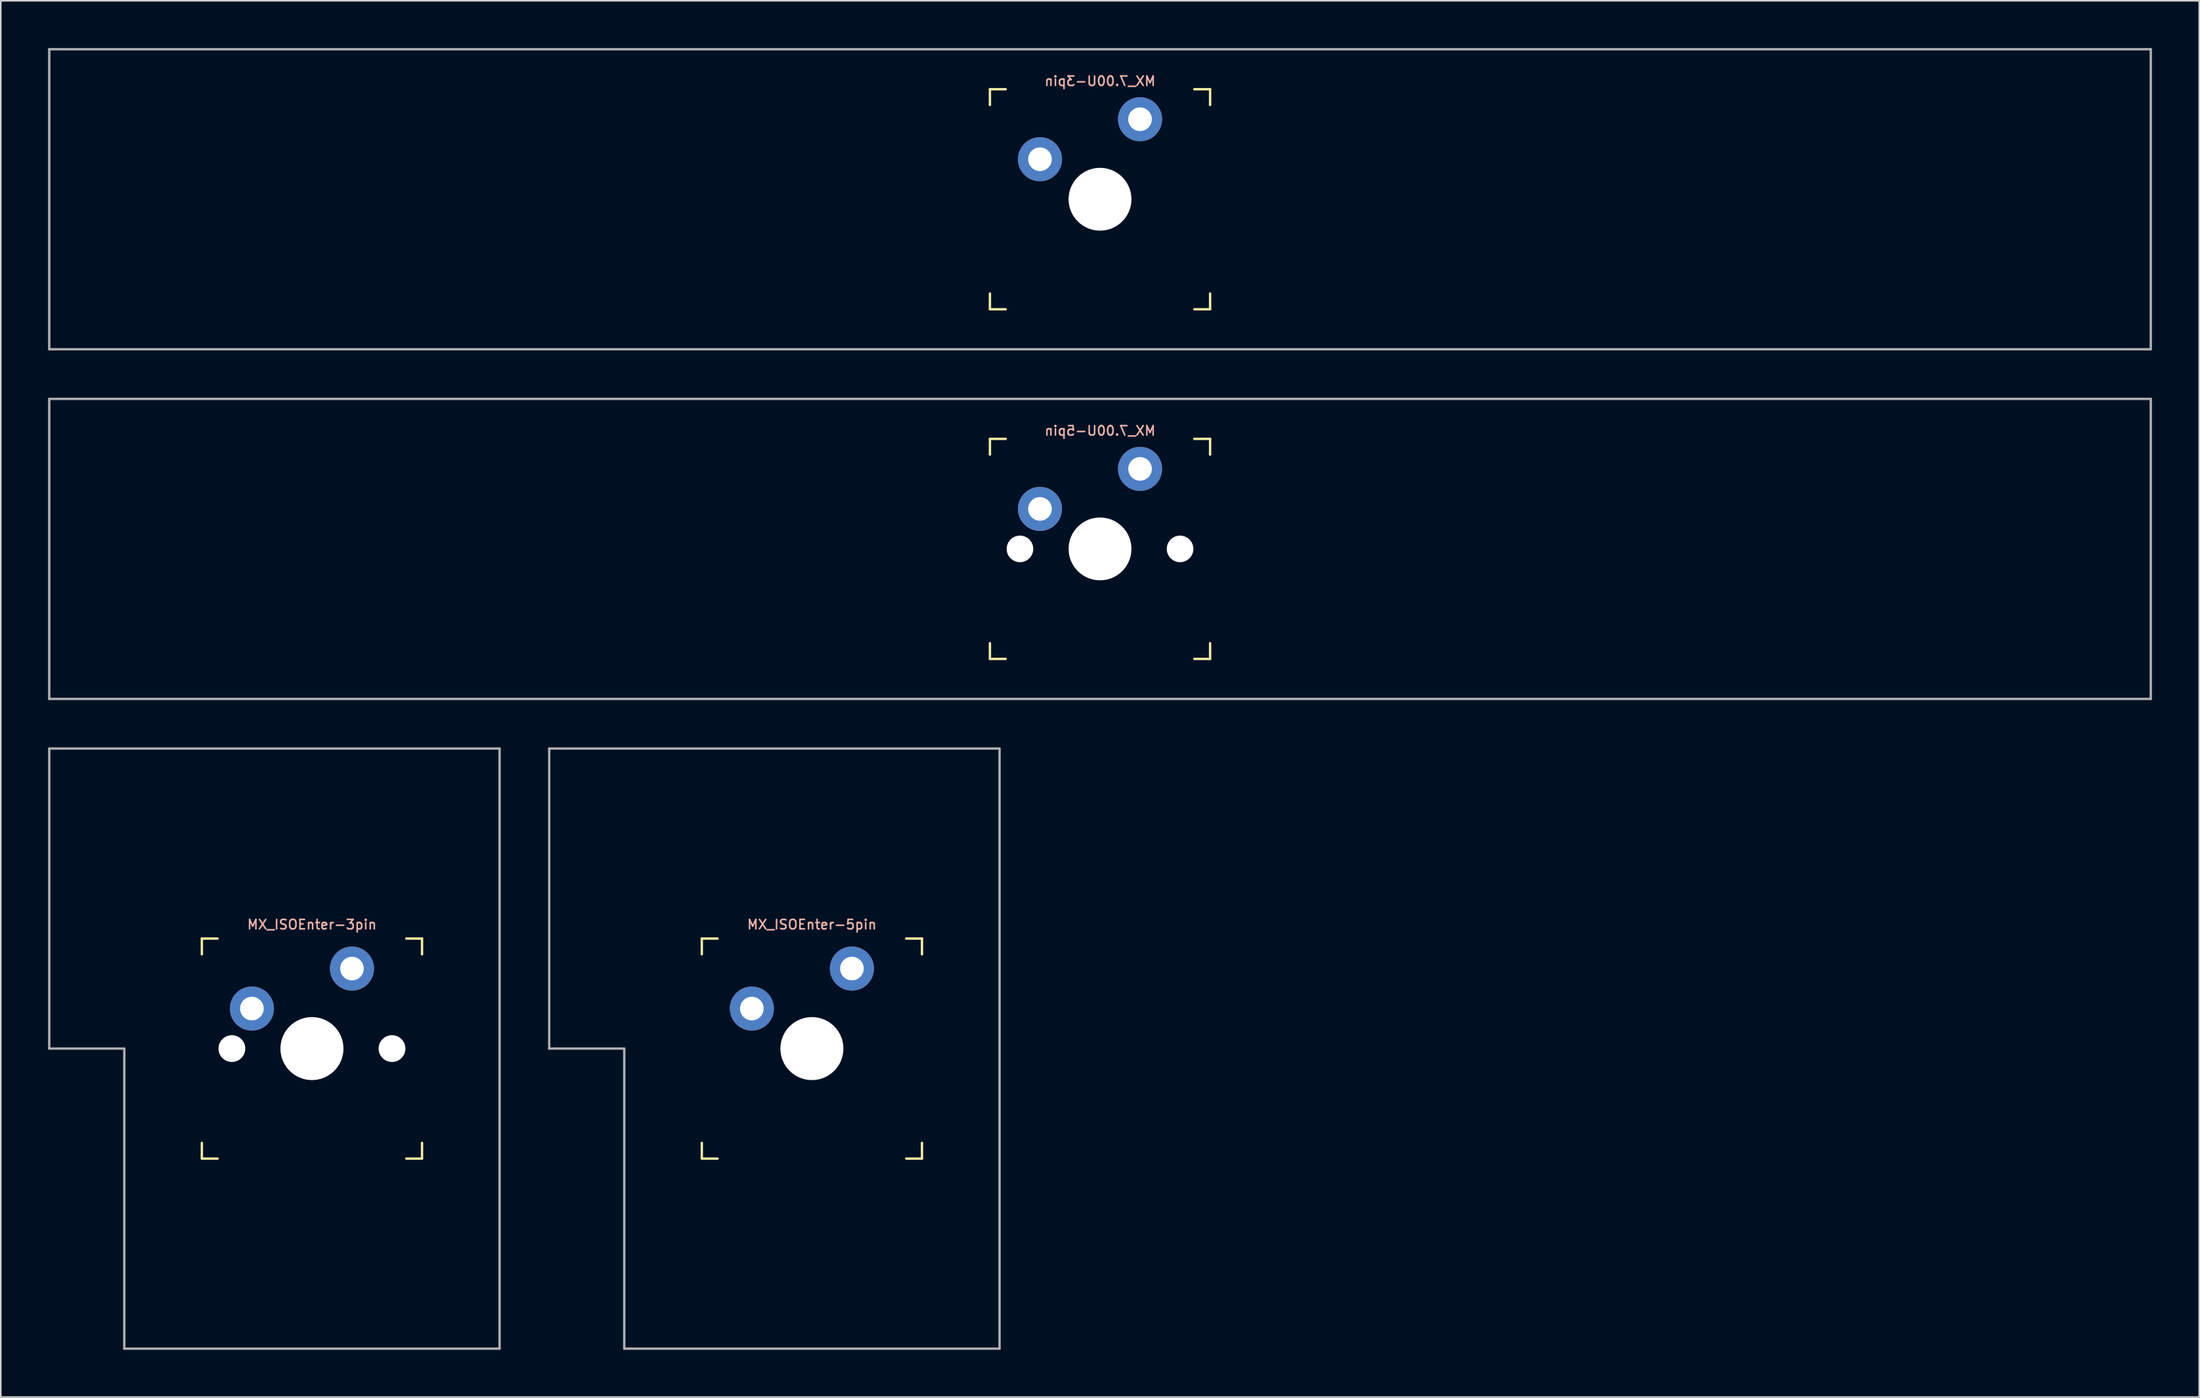
<source format=kicad_pcb>
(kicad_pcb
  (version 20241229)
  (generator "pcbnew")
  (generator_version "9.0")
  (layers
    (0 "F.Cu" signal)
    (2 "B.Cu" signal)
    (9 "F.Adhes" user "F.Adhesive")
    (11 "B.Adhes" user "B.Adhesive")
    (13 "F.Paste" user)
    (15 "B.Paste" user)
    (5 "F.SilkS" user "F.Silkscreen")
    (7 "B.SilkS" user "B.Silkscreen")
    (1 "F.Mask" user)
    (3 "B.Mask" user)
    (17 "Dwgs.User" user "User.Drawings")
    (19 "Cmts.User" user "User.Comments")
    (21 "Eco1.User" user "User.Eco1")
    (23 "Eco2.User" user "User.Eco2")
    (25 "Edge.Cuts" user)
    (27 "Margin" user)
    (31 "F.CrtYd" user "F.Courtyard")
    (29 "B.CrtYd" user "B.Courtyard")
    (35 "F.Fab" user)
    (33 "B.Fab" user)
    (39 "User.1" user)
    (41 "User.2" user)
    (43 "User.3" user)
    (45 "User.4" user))
  (footprint "MX_7.00U-3pin"
    (layer "F.Cu")
    (at 66.75 9.6)
    (property "Reference" "MX_7.00U-3pin" (at 0 -7.5 0) (layer "B.SilkS") (effects (font (size 0.6 0.6) (thickness 0.1)) (justify mirror)))
    (attr smd)
    (fp_line (start -6.985 -5.985) (end -6.985 -6.985) (stroke (width 0.15) (type solid)) (layer "F.SilkS"))
    (fp_line (start -6.985 6.985) (end -6.985 5.985) (stroke (width 0.15) (type solid)) (layer "F.SilkS"))
    (fp_line (start -6.985 6.985) (end -5.985 6.985) (stroke (width 0.15) (type solid)) (layer "F.SilkS"))
    (fp_line (start -5.985 -6.985) (end -6.985 -6.985) (stroke (width 0.15) (type solid)) (layer "F.SilkS"))
    (fp_line (start 5.985 6.985) (end 6.985 6.985) (stroke (width 0.15) (type solid)) (layer "F.SilkS"))
    (fp_line (start 6.985 -6.985) (end 5.985 -6.985) (stroke (width 0.15) (type solid)) (layer "F.SilkS"))
    (fp_line (start 6.985 -6.985) (end 6.985 -5.985) (stroke (width 0.15) (type solid)) (layer "F.SilkS"))
    (fp_line (start 6.985 5.985) (end 6.985 6.985) (stroke (width 0.15) (type solid)) (layer "F.SilkS"))
    (fp_line (start -6.985 6.985) (end -6.985 -6.985) (stroke (width 0.15) (type solid)) (layer "Eco2.User"))
    (fp_line (start -6.985 6.985) (end 6.985 6.985) (stroke (width 0.15) (type solid)) (layer "Eco2.User"))
    (fp_line (start 6.985 -6.985) (end -6.985 -6.985) (stroke (width 0.15) (type solid)) (layer "Eco2.User"))
    (fp_line (start 6.985 -6.985) (end 6.985 6.985) (stroke (width 0.15) (type solid)) (layer "Eco2.User"))
    (fp_line (start -66.675 -9.525) (end 66.675 -9.525) (stroke (width 0.15) (type solid)) (layer "F.Fab"))
    (fp_line (start -66.675 9.525) (end -66.675 -9.525) (stroke (width 0.15) (type solid)) (layer "F.Fab"))
    (fp_line (start 66.675 -9.525) (end 66.675 9.525) (stroke (width 0.15) (type solid)) (layer "F.Fab"))
    (fp_line (start 66.675 9.525) (end -66.675 9.525) (stroke (width 0.15) (type solid)) (layer "F.Fab"))
    (pad "" np_thru_hole circle (at 0 0) (size 3.988 3.988) (drill 3.988) (layers "*.Cu" "*.Mask"))
    (pad "1" thru_hole circle (at 2.54 -5.08 90) (size 2.8 2.8) (drill 1.5) (layers "*.Cu" "*.Mask"))
    (pad "2" thru_hole circle (at -3.81 -2.54) (size 2.8 2.8) (drill 1.5) (layers "*.Cu" "*.Mask")))
  (footprint "MX_ISOEnter-5pin"
    (layer "F.Cu")
    (at 46.087 63.525)
    (property "Reference" "MX_ISOEnter-5pin" (at 2.381 -7.874 0) (layer "B.SilkS") (effects (font (size 0.6 0.6) (thickness 0.1))))
    (attr through_hole)
    (fp_line (start -4.604 -5.985) (end -4.604 -6.985) (stroke (width 0.15) (type solid)) (layer "F.SilkS"))
    (fp_line (start -4.604 6.985) (end -4.604 5.985) (stroke (width 0.15) (type solid)) (layer "F.SilkS"))
    (fp_line (start -4.604 6.985) (end -3.604 6.985) (stroke (width 0.15) (type solid)) (layer "F.SilkS"))
    (fp_line (start -3.604 -6.985) (end -4.604 -6.985) (stroke (width 0.15) (type solid)) (layer "F.SilkS"))
    (fp_line (start 8.366 6.985) (end 9.366 6.985) (stroke (width 0.15) (type solid)) (layer "F.SilkS"))
    (fp_line (start 9.366 -6.985) (end 8.366 -6.985) (stroke (width 0.15) (type solid)) (layer "F.SilkS"))
    (fp_line (start 9.366 -6.985) (end 9.366 -5.985) (stroke (width 0.15) (type solid)) (layer "F.SilkS"))
    (fp_line (start 9.366 5.985) (end 9.366 6.985) (stroke (width 0.15) (type solid)) (layer "F.SilkS"))
    (fp_line (start -4.604 6.985) (end -4.604 -6.985) (stroke (width 0.15) (type solid)) (layer "Eco2.User"))
    (fp_line (start -4.604 6.985) (end 9.366 6.985) (stroke (width 0.15) (type solid)) (layer "Eco2.User"))
    (fp_line (start 9.366 -6.985) (end -4.604 -6.985) (stroke (width 0.15) (type solid)) (layer "Eco2.User"))
    (fp_line (start 9.366 -6.985) (end 9.366 6.985) (stroke (width 0.15) (type solid)) (layer "Eco2.User"))
    (fp_line (start -14.287 -19.05) (end 14.287 -19.05) (stroke (width 0.15) (type solid)) (layer "F.Fab"))
    (fp_line (start -14.287 0) (end -14.287 -19.05) (stroke (width 0.15) (type solid)) (layer "F.Fab"))
    (fp_line (start -9.525 0) (end -14.287 0) (stroke (width 0.15) (type solid)) (layer "F.Fab"))
    (fp_line (start -9.525 19.05) (end -9.525 0) (stroke (width 0.15) (type solid)) (layer "F.Fab"))
    (fp_line (start 14.287 -19.05) (end 14.287 19.05) (stroke (width 0.15) (type solid)) (layer "F.Fab"))
    (fp_line (start 14.287 19.05) (end -9.525 19.05) (stroke (width 0.15) (type solid)) (layer "F.Fab"))
    (pad "" np_thru_hole circle (at 2.381 0) (size 4 4) (drill 4) (layers "*.Cu" "*.Mask"))
    (pad "1" thru_hole circle (at -1.429 -2.54) (size 2.8 2.8) (drill 1.5) (layers "*.Cu" "*.Mask"))
    (pad "2" thru_hole circle (at 4.921 -5.08) (size 2.8 2.8) (drill 1.5) (layers "*.Cu" "*.Mask")))
  (footprint "MX_7.00U-5pin"
    (layer "F.Cu")
    (at 66.75 31.8)
    (property "Reference" "MX_7.00U-5pin" (at 0 -7.5 0) (layer "B.SilkS") (effects (font (size 0.6 0.6) (thickness 0.1)) (justify mirror)))
    (attr smd)
    (fp_line (start -6.985 -5.985) (end -6.985 -6.985) (stroke (width 0.15) (type solid)) (layer "F.SilkS"))
    (fp_line (start -6.985 6.985) (end -6.985 5.985) (stroke (width 0.15) (type solid)) (layer "F.SilkS"))
    (fp_line (start -6.985 6.985) (end -5.985 6.985) (stroke (width 0.15) (type solid)) (layer "F.SilkS"))
    (fp_line (start -5.985 -6.985) (end -6.985 -6.985) (stroke (width 0.15) (type solid)) (layer "F.SilkS"))
    (fp_line (start 5.985 6.985) (end 6.985 6.985) (stroke (width 0.15) (type solid)) (layer "F.SilkS"))
    (fp_line (start 6.985 -6.985) (end 5.985 -6.985) (stroke (width 0.15) (type solid)) (layer "F.SilkS"))
    (fp_line (start 6.985 -6.985) (end 6.985 -5.985) (stroke (width 0.15) (type solid)) (layer "F.SilkS"))
    (fp_line (start 6.985 5.985) (end 6.985 6.985) (stroke (width 0.15) (type solid)) (layer "F.SilkS"))
    (fp_line (start -6.985 6.985) (end -6.985 -6.985) (stroke (width 0.15) (type solid)) (layer "Eco2.User"))
    (fp_line (start -6.985 6.985) (end 6.985 6.985) (stroke (width 0.15) (type solid)) (layer "Eco2.User"))
    (fp_line (start 6.985 -6.985) (end -6.985 -6.985) (stroke (width 0.15) (type solid)) (layer "Eco2.User"))
    (fp_line (start 6.985 -6.985) (end 6.985 6.985) (stroke (width 0.15) (type solid)) (layer "Eco2.User"))
    (fp_line (start -66.675 -9.525) (end 66.675 -9.525) (stroke (width 0.15) (type solid)) (layer "F.Fab"))
    (fp_line (start -66.675 9.525) (end -66.675 -9.525) (stroke (width 0.15) (type solid)) (layer "F.Fab"))
    (fp_line (start 66.675 -9.525) (end 66.675 9.525) (stroke (width 0.15) (type solid)) (layer "F.Fab"))
    (fp_line (start 66.675 9.525) (end -66.675 9.525) (stroke (width 0.15) (type solid)) (layer "F.Fab"))
    (pad "" np_thru_hole circle (at -5.08 0) (size 1.688 1.688) (drill 1.688) (layers "*.Cu" "*.Mask"))
    (pad "" np_thru_hole circle (at 0 0) (size 3.988 3.988) (drill 3.988) (layers "*.Cu" "*.Mask"))
    (pad "" np_thru_hole circle (at 5.08 0) (size 1.688 1.688) (drill 1.688) (layers "*.Cu" "*.Mask"))
    (pad "1" thru_hole circle (at 2.54 -5.08 90) (size 2.8 2.8) (drill 1.5) (layers "*.Cu" "*.Mask"))
    (pad "2" thru_hole circle (at -3.81 -2.54) (size 2.8 2.8) (drill 1.5) (layers "*.Cu" "*.Mask")))
  (footprint "MX_ISOEnter-3pin"
    (layer "F.Cu")
    (at 14.363 63.525)
    (property "Reference" "MX_ISOEnter-3pin" (at 2.381 -7.874 0) (layer "B.SilkS") (effects (font (size 0.6 0.6) (thickness 0.1))))
    (attr through_hole)
    (fp_line (start -4.604 -5.985) (end -4.604 -6.985) (stroke (width 0.15) (type solid)) (layer "F.SilkS"))
    (fp_line (start -4.604 6.985) (end -4.604 5.985) (stroke (width 0.15) (type solid)) (layer "F.SilkS"))
    (fp_line (start -4.604 6.985) (end -3.604 6.985) (stroke (width 0.15) (type solid)) (layer "F.SilkS"))
    (fp_line (start -3.604 -6.985) (end -4.604 -6.985) (stroke (width 0.15) (type solid)) (layer "F.SilkS"))
    (fp_line (start 8.366 6.985) (end 9.366 6.985) (stroke (width 0.15) (type solid)) (layer "F.SilkS"))
    (fp_line (start 9.366 -6.985) (end 8.366 -6.985) (stroke (width 0.15) (type solid)) (layer "F.SilkS"))
    (fp_line (start 9.366 -6.985) (end 9.366 -5.985) (stroke (width 0.15) (type solid)) (layer "F.SilkS"))
    (fp_line (start 9.366 5.985) (end 9.366 6.985) (stroke (width 0.15) (type solid)) (layer "F.SilkS"))
    (fp_line (start -4.604 6.985) (end -4.604 -6.985) (stroke (width 0.15) (type solid)) (layer "Eco2.User"))
    (fp_line (start -4.604 6.985) (end 9.366 6.985) (stroke (width 0.15) (type solid)) (layer "Eco2.User"))
    (fp_line (start 9.366 -6.985) (end -4.604 -6.985) (stroke (width 0.15) (type solid)) (layer "Eco2.User"))
    (fp_line (start 9.366 -6.985) (end 9.366 6.985) (stroke (width 0.15) (type solid)) (layer "Eco2.User"))
    (fp_line (start -14.287 -19.05) (end 14.287 -19.05) (stroke (width 0.15) (type solid)) (layer "F.Fab"))
    (fp_line (start -14.287 0) (end -14.287 -19.05) (stroke (width 0.15) (type solid)) (layer "F.Fab"))
    (fp_line (start -9.525 0) (end -14.287 0) (stroke (width 0.15) (type solid)) (layer "F.Fab"))
    (fp_line (start -9.525 19.05) (end -9.525 0) (stroke (width 0.15) (type solid)) (layer "F.Fab"))
    (fp_line (start 14.287 -19.05) (end 14.287 19.05) (stroke (width 0.15) (type solid)) (layer "F.Fab"))
    (fp_line (start 14.287 19.05) (end -9.525 19.05) (stroke (width 0.15) (type solid)) (layer "F.Fab"))
    (pad "" np_thru_hole circle (at -2.699 0) (size 1.7 1.7) (drill 1.7) (layers "*.Cu" "*.Mask"))
    (pad "" np_thru_hole circle (at 2.381 0) (size 4 4) (drill 4) (layers "*.Cu" "*.Mask"))
    (pad "" np_thru_hole circle (at 7.461 0) (size 1.7 1.7) (drill 1.7) (layers "*.Cu" "*.Mask"))
    (pad "1" thru_hole circle (at -1.429 -2.54) (size 2.8 2.8) (drill 1.5) (layers "*.Cu" "*.Mask"))
    (pad "2" thru_hole circle (at 4.921 -5.08) (size 2.8 2.8) (drill 1.5) (layers "*.Cu" "*.Mask")))
  (gr_rect
    (start -3 -3)
    (end 136.5 85.65)
    (stroke (width 0.1) (type default))
    (fill no)
    (layer "Edge.Cuts")))
</source>
